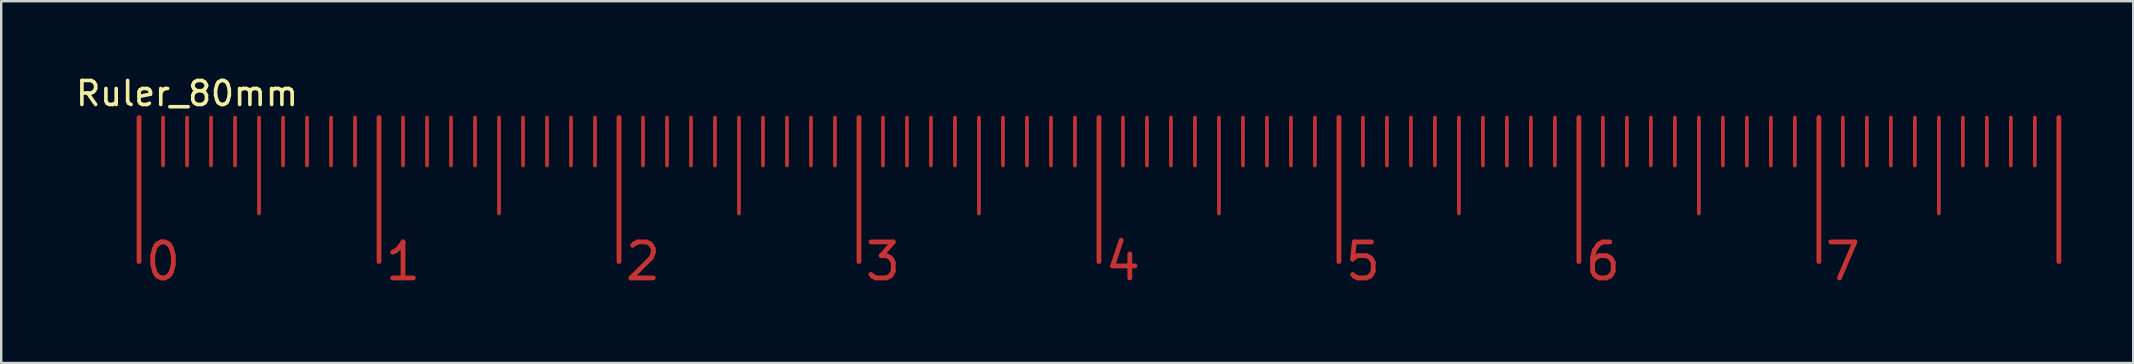
<source format=kicad_pcb>
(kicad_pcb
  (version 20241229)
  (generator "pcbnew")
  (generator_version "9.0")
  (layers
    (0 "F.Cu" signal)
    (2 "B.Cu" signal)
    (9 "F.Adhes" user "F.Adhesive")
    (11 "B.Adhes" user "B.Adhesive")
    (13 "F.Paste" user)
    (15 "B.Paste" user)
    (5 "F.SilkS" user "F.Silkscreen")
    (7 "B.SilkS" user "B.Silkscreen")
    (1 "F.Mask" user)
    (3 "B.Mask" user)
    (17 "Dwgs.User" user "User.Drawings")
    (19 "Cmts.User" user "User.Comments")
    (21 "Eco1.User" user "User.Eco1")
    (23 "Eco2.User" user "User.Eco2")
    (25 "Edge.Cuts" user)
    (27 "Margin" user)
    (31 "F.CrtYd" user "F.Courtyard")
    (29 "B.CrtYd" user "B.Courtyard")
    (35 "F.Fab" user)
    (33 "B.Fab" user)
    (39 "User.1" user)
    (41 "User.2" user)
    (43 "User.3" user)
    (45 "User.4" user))
  (footprint "Ruler_80mm"
    (layer "F.Cu")
    (at 2.744 1.848)
    (property "Reference" "Ruler_80mm" (at 2 -1 0) (layer "F.SilkS") (effects (font (size 1 1) (thickness 0.15))))
    (attr through_hole)
    (fp_line (start 0 0) (end 0 6) (stroke (width 0.2) (type solid)) (layer "F.Cu"))
    (fp_line (start 1 0) (end 1 2) (stroke (width 0.15) (type solid)) (layer "F.Cu"))
    (fp_line (start 2 0) (end 2 2) (stroke (width 0.15) (type solid)) (layer "F.Cu"))
    (fp_line (start 3 0) (end 3 2) (stroke (width 0.15) (type solid)) (layer "F.Cu"))
    (fp_line (start 4 0) (end 4 2) (stroke (width 0.15) (type solid)) (layer "F.Cu"))
    (fp_line (start 5 0) (end 5 4) (stroke (width 0.15) (type solid)) (layer "F.Cu"))
    (fp_line (start 6 0) (end 6 2) (stroke (width 0.15) (type solid)) (layer "F.Cu"))
    (fp_line (start 7 0) (end 7 2) (stroke (width 0.15) (type solid)) (layer "F.Cu"))
    (fp_line (start 8 0) (end 8 2) (stroke (width 0.15) (type solid)) (layer "F.Cu"))
    (fp_line (start 9 0) (end 9 2) (stroke (width 0.15) (type solid)) (layer "F.Cu"))
    (fp_line (start 10 0) (end 10 6) (stroke (width 0.2) (type solid)) (layer "F.Cu"))
    (fp_line (start 11 0) (end 11 2) (stroke (width 0.15) (type solid)) (layer "F.Cu"))
    (fp_line (start 12 0) (end 12 2) (stroke (width 0.15) (type solid)) (layer "F.Cu"))
    (fp_line (start 13 0) (end 13 2) (stroke (width 0.15) (type solid)) (layer "F.Cu"))
    (fp_line (start 14 0) (end 14 2) (stroke (width 0.15) (type solid)) (layer "F.Cu"))
    (fp_line (start 15 0) (end 15 4) (stroke (width 0.15) (type solid)) (layer "F.Cu"))
    (fp_line (start 16 0) (end 16 2) (stroke (width 0.15) (type solid)) (layer "F.Cu"))
    (fp_line (start 17 0) (end 17 2) (stroke (width 0.15) (type solid)) (layer "F.Cu"))
    (fp_line (start 18 0) (end 18 2) (stroke (width 0.15) (type solid)) (layer "F.Cu"))
    (fp_line (start 19 0) (end 19 2) (stroke (width 0.15) (type solid)) (layer "F.Cu"))
    (fp_line (start 20 0) (end 20 6) (stroke (width 0.2) (type solid)) (layer "F.Cu"))
    (fp_line (start 21 0) (end 21 2) (stroke (width 0.15) (type solid)) (layer "F.Cu"))
    (fp_line (start 22 0) (end 22 2) (stroke (width 0.15) (type solid)) (layer "F.Cu"))
    (fp_line (start 23 0) (end 23 2) (stroke (width 0.15) (type solid)) (layer "F.Cu"))
    (fp_line (start 24 0) (end 24 2) (stroke (width 0.15) (type solid)) (layer "F.Cu"))
    (fp_line (start 25 0) (end 25 4) (stroke (width 0.15) (type solid)) (layer "F.Cu"))
    (fp_line (start 26 0) (end 26 2) (stroke (width 0.15) (type solid)) (layer "F.Cu"))
    (fp_line (start 27 0) (end 27 2) (stroke (width 0.15) (type solid)) (layer "F.Cu"))
    (fp_line (start 28 0) (end 28 2) (stroke (width 0.15) (type solid)) (layer "F.Cu"))
    (fp_line (start 29 0) (end 29 2) (stroke (width 0.15) (type solid)) (layer "F.Cu"))
    (fp_line (start 30 0) (end 30 6) (stroke (width 0.2) (type solid)) (layer "F.Cu"))
    (fp_line (start 31 0) (end 31 2) (stroke (width 0.15) (type solid)) (layer "F.Cu"))
    (fp_line (start 32 0) (end 32 2) (stroke (width 0.15) (type solid)) (layer "F.Cu"))
    (fp_line (start 33 0) (end 33 2) (stroke (width 0.15) (type solid)) (layer "F.Cu"))
    (fp_line (start 34 0) (end 34 2) (stroke (width 0.15) (type solid)) (layer "F.Cu"))
    (fp_line (start 35 0) (end 35 4) (stroke (width 0.15) (type solid)) (layer "F.Cu"))
    (fp_line (start 36 0) (end 36 2) (stroke (width 0.15) (type solid)) (layer "F.Cu"))
    (fp_line (start 37 0) (end 37 2) (stroke (width 0.15) (type solid)) (layer "F.Cu"))
    (fp_line (start 38 0) (end 38 2) (stroke (width 0.15) (type solid)) (layer "F.Cu"))
    (fp_line (start 39 0) (end 39 2) (stroke (width 0.15) (type solid)) (layer "F.Cu"))
    (fp_line (start 40 0) (end 40 6) (stroke (width 0.2) (type solid)) (layer "F.Cu"))
    (fp_line (start 41 0) (end 41 2) (stroke (width 0.15) (type solid)) (layer "F.Cu"))
    (fp_line (start 42 0) (end 42 2) (stroke (width 0.15) (type solid)) (layer "F.Cu"))
    (fp_line (start 43 0) (end 43 2) (stroke (width 0.15) (type solid)) (layer "F.Cu"))
    (fp_line (start 44 0) (end 44 2) (stroke (width 0.15) (type solid)) (layer "F.Cu"))
    (fp_line (start 45 0) (end 45 4) (stroke (width 0.15) (type solid)) (layer "F.Cu"))
    (fp_line (start 46 0) (end 46 2) (stroke (width 0.15) (type solid)) (layer "F.Cu"))
    (fp_line (start 47 0) (end 47 2) (stroke (width 0.15) (type solid)) (layer "F.Cu"))
    (fp_line (start 48 0) (end 48 2) (stroke (width 0.15) (type solid)) (layer "F.Cu"))
    (fp_line (start 49 0) (end 49 2) (stroke (width 0.15) (type solid)) (layer "F.Cu"))
    (fp_line (start 50 0) (end 50 6) (stroke (width 0.2) (type solid)) (layer "F.Cu"))
    (fp_line (start 51 0) (end 51 2) (stroke (width 0.15) (type solid)) (layer "F.Cu"))
    (fp_line (start 52 0) (end 52 2) (stroke (width 0.15) (type solid)) (layer "F.Cu"))
    (fp_line (start 53 0) (end 53 2) (stroke (width 0.15) (type solid)) (layer "F.Cu"))
    (fp_line (start 54 0) (end 54 2) (stroke (width 0.15) (type solid)) (layer "F.Cu"))
    (fp_line (start 55 0) (end 55 4) (stroke (width 0.15) (type solid)) (layer "F.Cu"))
    (fp_line (start 56 0) (end 56 2) (stroke (width 0.15) (type solid)) (layer "F.Cu"))
    (fp_line (start 57 0) (end 57 2) (stroke (width 0.15) (type solid)) (layer "F.Cu"))
    (fp_line (start 58 0) (end 58 2) (stroke (width 0.15) (type solid)) (layer "F.Cu"))
    (fp_line (start 59 0) (end 59 2) (stroke (width 0.15) (type solid)) (layer "F.Cu"))
    (fp_line (start 60 0) (end 60 6) (stroke (width 0.2) (type solid)) (layer "F.Cu"))
    (fp_line (start 61 0) (end 61 2) (stroke (width 0.15) (type solid)) (layer "F.Cu"))
    (fp_line (start 62 0) (end 62 2) (stroke (width 0.15) (type solid)) (layer "F.Cu"))
    (fp_line (start 63 0) (end 63 2) (stroke (width 0.15) (type solid)) (layer "F.Cu"))
    (fp_line (start 64 0) (end 64 2) (stroke (width 0.15) (type solid)) (layer "F.Cu"))
    (fp_line (start 65 0) (end 65 4) (stroke (width 0.15) (type solid)) (layer "F.Cu"))
    (fp_line (start 66 0) (end 66 2) (stroke (width 0.15) (type solid)) (layer "F.Cu"))
    (fp_line (start 67 0) (end 67 2) (stroke (width 0.15) (type solid)) (layer "F.Cu"))
    (fp_line (start 68 0) (end 68 2) (stroke (width 0.15) (type solid)) (layer "F.Cu"))
    (fp_line (start 69 0) (end 69 2) (stroke (width 0.15) (type solid)) (layer "F.Cu"))
    (fp_line (start 70 0) (end 70 6) (stroke (width 0.2) (type solid)) (layer "F.Cu"))
    (fp_line (start 71 0) (end 71 2) (stroke (width 0.15) (type solid)) (layer "F.Cu"))
    (fp_line (start 72 0) (end 72 2) (stroke (width 0.15) (type solid)) (layer "F.Cu"))
    (fp_line (start 73 0) (end 73 2) (stroke (width 0.15) (type solid)) (layer "F.Cu"))
    (fp_line (start 74 0) (end 74 2) (stroke (width 0.15) (type solid)) (layer "F.Cu"))
    (fp_line (start 75 0) (end 75 4) (stroke (width 0.15) (type solid)) (layer "F.Cu"))
    (fp_line (start 76 0) (end 76 2) (stroke (width 0.15) (type solid)) (layer "F.Cu"))
    (fp_line (start 77 0) (end 77 2) (stroke (width 0.15) (type solid)) (layer "F.Cu"))
    (fp_line (start 78 0) (end 78 2) (stroke (width 0.15) (type solid)) (layer "F.Cu"))
    (fp_line (start 79 0) (end 79 2) (stroke (width 0.15) (type solid)) (layer "F.Cu"))
    (fp_line (start 80 0) (end 80 6) (stroke (width 0.2) (type solid)) (layer "F.Cu"))
    (fp_line (start 0 0) (end 0 6) (stroke (width 0.2) (type solid)) (layer "F.Mask"))
    (fp_line (start 1 0) (end 1 2) (stroke (width 0.15) (type solid)) (layer "F.Mask"))
    (fp_line (start 2 0) (end 2 2) (stroke (width 0.15) (type solid)) (layer "F.Mask"))
    (fp_line (start 3 0) (end 3 2) (stroke (width 0.15) (type solid)) (layer "F.Mask"))
    (fp_line (start 4 0) (end 4 2) (stroke (width 0.15) (type solid)) (layer "F.Mask"))
    (fp_line (start 5 0) (end 5 4) (stroke (width 0.15) (type solid)) (layer "F.Mask"))
    (fp_line (start 6 0) (end 6 2) (stroke (width 0.15) (type solid)) (layer "F.Mask"))
    (fp_line (start 7 0) (end 7 2) (stroke (width 0.15) (type solid)) (layer "F.Mask"))
    (fp_line (start 8 0) (end 8 2) (stroke (width 0.15) (type solid)) (layer "F.Mask"))
    (fp_line (start 9 0) (end 9 2) (stroke (width 0.15) (type solid)) (layer "F.Mask"))
    (fp_line (start 10 0) (end 10 6) (stroke (width 0.2) (type solid)) (layer "F.Mask"))
    (fp_line (start 11 0) (end 11 2) (stroke (width 0.15) (type solid)) (layer "F.Mask"))
    (fp_line (start 12 0) (end 12 2) (stroke (width 0.15) (type solid)) (layer "F.Mask"))
    (fp_line (start 13 0) (end 13 2) (stroke (width 0.15) (type solid)) (layer "F.Mask"))
    (fp_line (start 14 0) (end 14 2) (stroke (width 0.15) (type solid)) (layer "F.Mask"))
    (fp_line (start 15 0) (end 15 4) (stroke (width 0.15) (type solid)) (layer "F.Mask"))
    (fp_line (start 16 0) (end 16 2) (stroke (width 0.15) (type solid)) (layer "F.Mask"))
    (fp_line (start 17 0) (end 17 2) (stroke (width 0.15) (type solid)) (layer "F.Mask"))
    (fp_line (start 18 0) (end 18 2) (stroke (width 0.15) (type solid)) (layer "F.Mask"))
    (fp_line (start 19 0) (end 19 2) (stroke (width 0.15) (type solid)) (layer "F.Mask"))
    (fp_line (start 20 0) (end 20 6) (stroke (width 0.2) (type solid)) (layer "F.Mask"))
    (fp_line (start 21 0) (end 21 2) (stroke (width 0.15) (type solid)) (layer "F.Mask"))
    (fp_line (start 22 0) (end 22 2) (stroke (width 0.15) (type solid)) (layer "F.Mask"))
    (fp_line (start 23 0) (end 23 2) (stroke (width 0.15) (type solid)) (layer "F.Mask"))
    (fp_line (start 24 0) (end 24 2) (stroke (width 0.15) (type solid)) (layer "F.Mask"))
    (fp_line (start 25 0) (end 25 4) (stroke (width 0.15) (type solid)) (layer "F.Mask"))
    (fp_line (start 26 0) (end 26 2) (stroke (width 0.15) (type solid)) (layer "F.Mask"))
    (fp_line (start 27 0) (end 27 2) (stroke (width 0.15) (type solid)) (layer "F.Mask"))
    (fp_line (start 28 0) (end 28 2) (stroke (width 0.15) (type solid)) (layer "F.Mask"))
    (fp_line (start 29 0) (end 29 2) (stroke (width 0.15) (type solid)) (layer "F.Mask"))
    (fp_line (start 30 0) (end 30 6) (stroke (width 0.2) (type solid)) (layer "F.Mask"))
    (fp_line (start 31 0) (end 31 2) (stroke (width 0.15) (type solid)) (layer "F.Mask"))
    (fp_line (start 32 0) (end 32 2) (stroke (width 0.15) (type solid)) (layer "F.Mask"))
    (fp_line (start 33 0) (end 33 2) (stroke (width 0.15) (type solid)) (layer "F.Mask"))
    (fp_line (start 34 0) (end 34 2) (stroke (width 0.15) (type solid)) (layer "F.Mask"))
    (fp_line (start 35 0) (end 35 4) (stroke (width 0.15) (type solid)) (layer "F.Mask"))
    (fp_line (start 36 0) (end 36 2) (stroke (width 0.15) (type solid)) (layer "F.Mask"))
    (fp_line (start 37 0) (end 37 2) (stroke (width 0.15) (type solid)) (layer "F.Mask"))
    (fp_line (start 38 0) (end 38 2) (stroke (width 0.15) (type solid)) (layer "F.Mask"))
    (fp_line (start 39 0) (end 39 2) (stroke (width 0.15) (type solid)) (layer "F.Mask"))
    (fp_line (start 40 0) (end 40 6) (stroke (width 0.2) (type solid)) (layer "F.Mask"))
    (fp_line (start 41 0) (end 41 2) (stroke (width 0.15) (type solid)) (layer "F.Mask"))
    (fp_line (start 42 0) (end 42 2) (stroke (width 0.15) (type solid)) (layer "F.Mask"))
    (fp_line (start 43 0) (end 43 2) (stroke (width 0.15) (type solid)) (layer "F.Mask"))
    (fp_line (start 44 0) (end 44 2) (stroke (width 0.15) (type solid)) (layer "F.Mask"))
    (fp_line (start 45 0) (end 45 4) (stroke (width 0.15) (type solid)) (layer "F.Mask"))
    (fp_line (start 46 0) (end 46 2) (stroke (width 0.15) (type solid)) (layer "F.Mask"))
    (fp_line (start 47 0) (end 47 2) (stroke (width 0.15) (type solid)) (layer "F.Mask"))
    (fp_line (start 48 0) (end 48 2) (stroke (width 0.15) (type solid)) (layer "F.Mask"))
    (fp_line (start 49 0) (end 49 2) (stroke (width 0.15) (type solid)) (layer "F.Mask"))
    (fp_line (start 50 0) (end 50 6) (stroke (width 0.2) (type solid)) (layer "F.Mask"))
    (fp_line (start 51 0) (end 51 2) (stroke (width 0.15) (type solid)) (layer "F.Mask"))
    (fp_line (start 52 0) (end 52 2) (stroke (width 0.15) (type solid)) (layer "F.Mask"))
    (fp_line (start 53 0) (end 53 2) (stroke (width 0.15) (type solid)) (layer "F.Mask"))
    (fp_line (start 54 0) (end 54 2) (stroke (width 0.15) (type solid)) (layer "F.Mask"))
    (fp_line (start 55 0) (end 55 4) (stroke (width 0.15) (type solid)) (layer "F.Mask"))
    (fp_line (start 56 0) (end 56 2) (stroke (width 0.15) (type solid)) (layer "F.Mask"))
    (fp_line (start 57 0) (end 57 2) (stroke (width 0.15) (type solid)) (layer "F.Mask"))
    (fp_line (start 58 0) (end 58 2) (stroke (width 0.15) (type solid)) (layer "F.Mask"))
    (fp_line (start 59 0) (end 59 2) (stroke (width 0.15) (type solid)) (layer "F.Mask"))
    (fp_line (start 60 0) (end 60 6) (stroke (width 0.2) (type solid)) (layer "F.Mask"))
    (fp_line (start 61 0) (end 61 2) (stroke (width 0.15) (type solid)) (layer "F.Mask"))
    (fp_line (start 62 0) (end 62 2) (stroke (width 0.15) (type solid)) (layer "F.Mask"))
    (fp_line (start 63 0) (end 63 2) (stroke (width 0.15) (type solid)) (layer "F.Mask"))
    (fp_line (start 64 0) (end 64 2) (stroke (width 0.15) (type solid)) (layer "F.Mask"))
    (fp_line (start 65 0) (end 65 4) (stroke (width 0.15) (type solid)) (layer "F.Mask"))
    (fp_line (start 66 0) (end 66 2) (stroke (width 0.15) (type solid)) (layer "F.Mask"))
    (fp_line (start 67 0) (end 67 2) (stroke (width 0.15) (type solid)) (layer "F.Mask"))
    (fp_line (start 68 0) (end 68 2) (stroke (width 0.15) (type solid)) (layer "F.Mask"))
    (fp_line (start 69 0) (end 69 2) (stroke (width 0.15) (type solid)) (layer "F.Mask"))
    (fp_line (start 70 0) (end 70 6) (stroke (width 0.2) (type solid)) (layer "F.Mask"))
    (fp_line (start 71 0) (end 71 2) (stroke (width 0.15) (type solid)) (layer "F.Mask"))
    (fp_line (start 72 0) (end 72 2) (stroke (width 0.15) (type solid)) (layer "F.Mask"))
    (fp_line (start 73 0) (end 73 2) (stroke (width 0.15) (type solid)) (layer "F.Mask"))
    (fp_line (start 74 0) (end 74 2) (stroke (width 0.15) (type solid)) (layer "F.Mask"))
    (fp_line (start 75 0) (end 75 4) (stroke (width 0.15) (type solid)) (layer "F.Mask"))
    (fp_line (start 76 0) (end 76 2) (stroke (width 0.15) (type solid)) (layer "F.Mask"))
    (fp_line (start 77 0) (end 77 2) (stroke (width 0.15) (type solid)) (layer "F.Mask"))
    (fp_line (start 78 0) (end 78 2) (stroke (width 0.15) (type solid)) (layer "F.Mask"))
    (fp_line (start 79 0) (end 79 2) (stroke (width 0.15) (type solid)) (layer "F.Mask"))
    (fp_line (start 80 0) (end 80 6) (stroke (width 0.2) (type solid)) (layer "F.Mask"))
    (fp_text user "6" (at 61 6 0) (layer "F.Cu") (effects (font (size 1.5 1.5) (thickness 0.2))))
    (fp_text user "5" (at 51 6 0) (layer "F.Cu") (effects (font (size 1.5 1.5) (thickness 0.2))))
    (fp_text user "7" (at 71 6 0) (layer "F.Cu") (effects (font (size 1.5 1.5) (thickness 0.2))))
    (fp_text user "2" (at 21 6 0) (layer "F.Cu") (effects (font (size 1.5 1.5) (thickness 0.2))))
    (fp_text user "0" (at 1 6 0) (layer "F.Cu") (effects (font (size 1.5 1.5) (thickness 0.2))))
    (fp_text user "3" (at 31 6 0) (layer "F.Cu") (effects (font (size 1.5 1.5) (thickness 0.2))))
    (fp_text user "1" (at 11 6 0) (layer "F.Cu") (effects (font (size 1.5 1.5) (thickness 0.2))))
    (fp_text user "4" (at 41 6 0) (layer "F.Cu") (effects (font (size 1.5 1.5) (thickness 0.2))))
    (fp_text user "5" (at 51 6 0) (layer "F.Mask") (effects (font (size 1.5 1.5) (thickness 0.2))))
    (fp_text user "7" (at 71 6 0) (layer "F.Mask") (effects (font (size 1.5 1.5) (thickness 0.2))))
    (fp_text user "0" (at 1 6 0) (layer "F.Mask") (effects (font (size 1.5 1.5) (thickness 0.2))))
    (fp_text user "1" (at 11 6 0) (layer "F.Mask") (effects (font (size 1.5 1.5) (thickness 0.2))))
    (fp_text user "4" (at 41 6 0) (layer "F.Mask") (effects (font (size 1.5 1.5) (thickness 0.2))))
    (fp_text user "3" (at 31 6 0) (layer "F.Mask") (effects (font (size 1.5 1.5) (thickness 0.2))))
    (fp_text user "2" (at 21 6 0) (layer "F.Mask") (effects (font (size 1.5 1.5) (thickness 0.2))))
    (fp_text user "6" (at 61 6 0) (layer "F.Mask") (effects (font (size 1.5 1.5) (thickness 0.2)))))
  (gr_rect
    (start -3 -3)
    (end 85.844 12.077)
    (stroke (width 0.1) (type default))
    (fill no)
    (layer "Edge.Cuts")))
</source>
